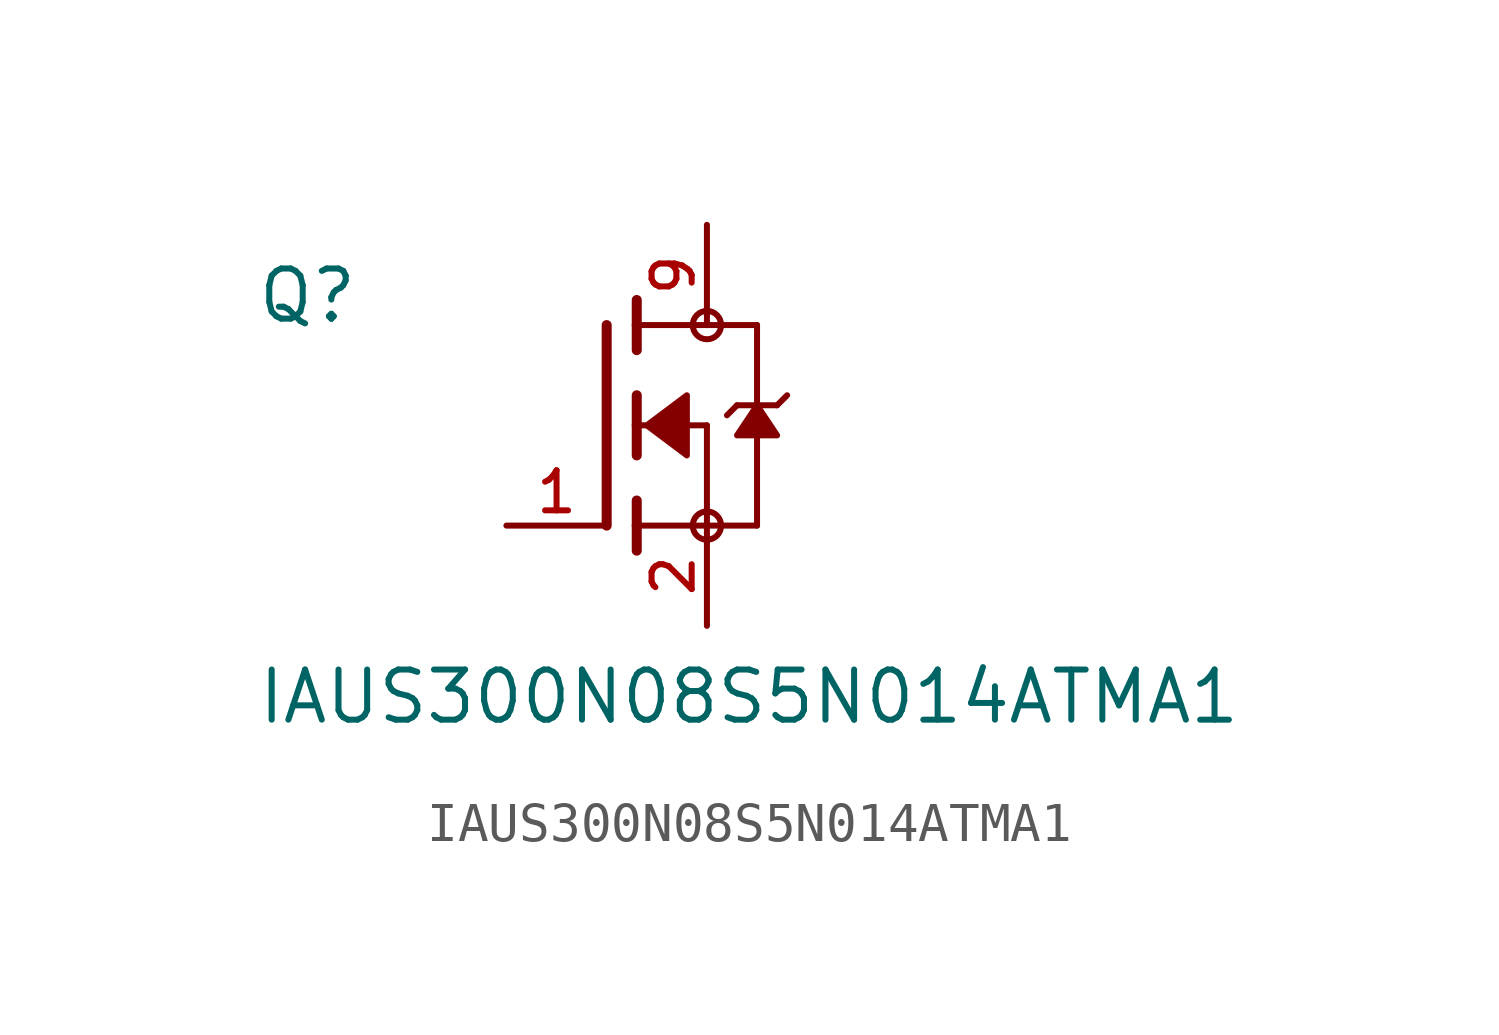
<source format=kicad_sym>
(kicad_symbol_lib
  (version 20211014)
  (generator kicad_symbol_editor)
  (symbol "IAUS300N08S5N014ATMA1"
    (pin_names
      (offset 1.016))
    (property "Reference" "Q"
      (at -8.89 2.54 0)
      (effects (font (size 1.27 1.27)) (justify bottom left)))
    (property "Value" "IAUS300N08S5N014ATMA1"
      (at -8.89 -7.62 0)
      (effects (font (size 1.27 1.27)) (justify bottom left)))
    (symbol "IAUS300N08S5N014ATMA1_0_0"
      (polyline (pts (xy 0.762 0.762) (xy 0.762 0.0)) (stroke (width 0.254)))
      (polyline (pts (xy 0.762 0.0) (xy 0.762 -0.762)) (stroke (width 0.254)))
      (polyline (pts (xy 0.762 3.175) (xy 0.762 2.54)) (stroke (width 0.254)))
      (polyline (pts (xy 0.762 2.54) (xy 0.762 1.905)) (stroke (width 0.254)))
      (polyline (pts (xy 0.762 0.0) (xy 2.54 0.0)) (stroke (width 0.152)))
      (polyline (pts (xy 2.54 0.0) (xy 2.54 -2.54)) (stroke (width 0.152)))
      (polyline (pts (xy 0.762 -1.905) (xy 0.762 -2.54)) (stroke (width 0.254)))
      (polyline (pts (xy 0.762 -2.54) (xy 0.762 -3.175)) (stroke (width 0.254)))
      (polyline (pts (xy 0.0 2.54) (xy 0.0 -2.54)) (stroke (width 0.254)))
      (polyline (pts (xy 2.54 -2.54) (xy 0.762 -2.54)) (stroke (width 0.152)))
      (polyline (pts (xy 3.81 2.54) (xy 3.81 0.508)) (stroke (width 0.152)))
      (polyline (pts (xy 3.81 0.508) (xy 3.81 -2.54)) (stroke (width 0.152)))
      (polyline (pts (xy 2.54 -2.54) (xy 3.81 -2.54)) (stroke (width 0.152)))
      (polyline (pts (xy 0.762 2.54) (xy 3.81 2.54)) (stroke (width 0.152)))
      (polyline (pts (xy 4.572 0.762) (xy 4.318 0.508)) (stroke (width 0.152)))
      (polyline (pts (xy 4.318 0.508) (xy 3.81 0.508)) (stroke (width 0.152)))
      (polyline (pts (xy 3.81 0.508) (xy 3.302 0.508)) (stroke (width 0.152)))
      (polyline (pts (xy 3.302 0.508) (xy 3.048 0.254)) (stroke (width 0.152)))
      (circle (center 2.54 -2.54) (radius 0.359) (stroke (width 0.0)) (fill (type none)))
      (circle (center 2.54 2.54) (radius 0.359) (stroke (width 0.0)) (fill (type none)))
      (polyline (pts (xy 3.81 0.508) (xy 3.302 -0.254) (xy 4.318 -0.254) (xy 3.81 0.508)) (stroke (width 0.152)) (fill (type outline)))
      (polyline (pts (xy 1.016 0.0) (xy 2.032 0.762) (xy 2.032 -0.762) (xy 1.016 0.0)) (stroke (width 0.152)) (fill (type outline)))
      (pin passive line (at 2.54 -5.08 90.0) (length 2.54) (name "~" (effects (font (size 1.016 1.016)))) (number "2" (effects (font (size 1.016 1.016)))))
      (pin passive line (at 2.54 -5.08 90.0) (length 2.54) hide (name "~" (effects (font (size 1.016 1.016)))) (number "3" (effects (font (size 1.016 1.016)))))
      (pin passive line (at 2.54 -5.08 90.0) (length 2.54) hide (name "~" (effects (font (size 1.016 1.016)))) (number "4" (effects (font (size 1.016 1.016)))))
      (pin passive line (at 2.54 -5.08 90.0) (length 2.54) hide (name "~" (effects (font (size 1.016 1.016)))) (number "5" (effects (font (size 1.016 1.016)))))
      (pin passive line (at 2.54 -5.08 90.0) (length 2.54) hide (name "~" (effects (font (size 1.016 1.016)))) (number "6" (effects (font (size 1.016 1.016)))))
      (pin passive line (at 2.54 -5.08 90.0) (length 2.54) hide (name "~" (effects (font (size 1.016 1.016)))) (number "7" (effects (font (size 1.016 1.016)))))
      (pin passive line (at 2.54 -5.08 90.0) (length 2.54) hide (name "~" (effects (font (size 1.016 1.016)))) (number "8" (effects (font (size 1.016 1.016)))))
      (pin passive line (at -2.54 -2.54 0) (length 2.54) (name "~" (effects (font (size 1.016 1.016)))) (number "1" (effects (font (size 1.016 1.016)))))
      (pin passive line (at 2.54 5.08 270.0) (length 2.54) (name "~" (effects (font (size 1.016 1.016)))) (number "9" (effects (font (size 1.016 1.016))))))))
</source>
